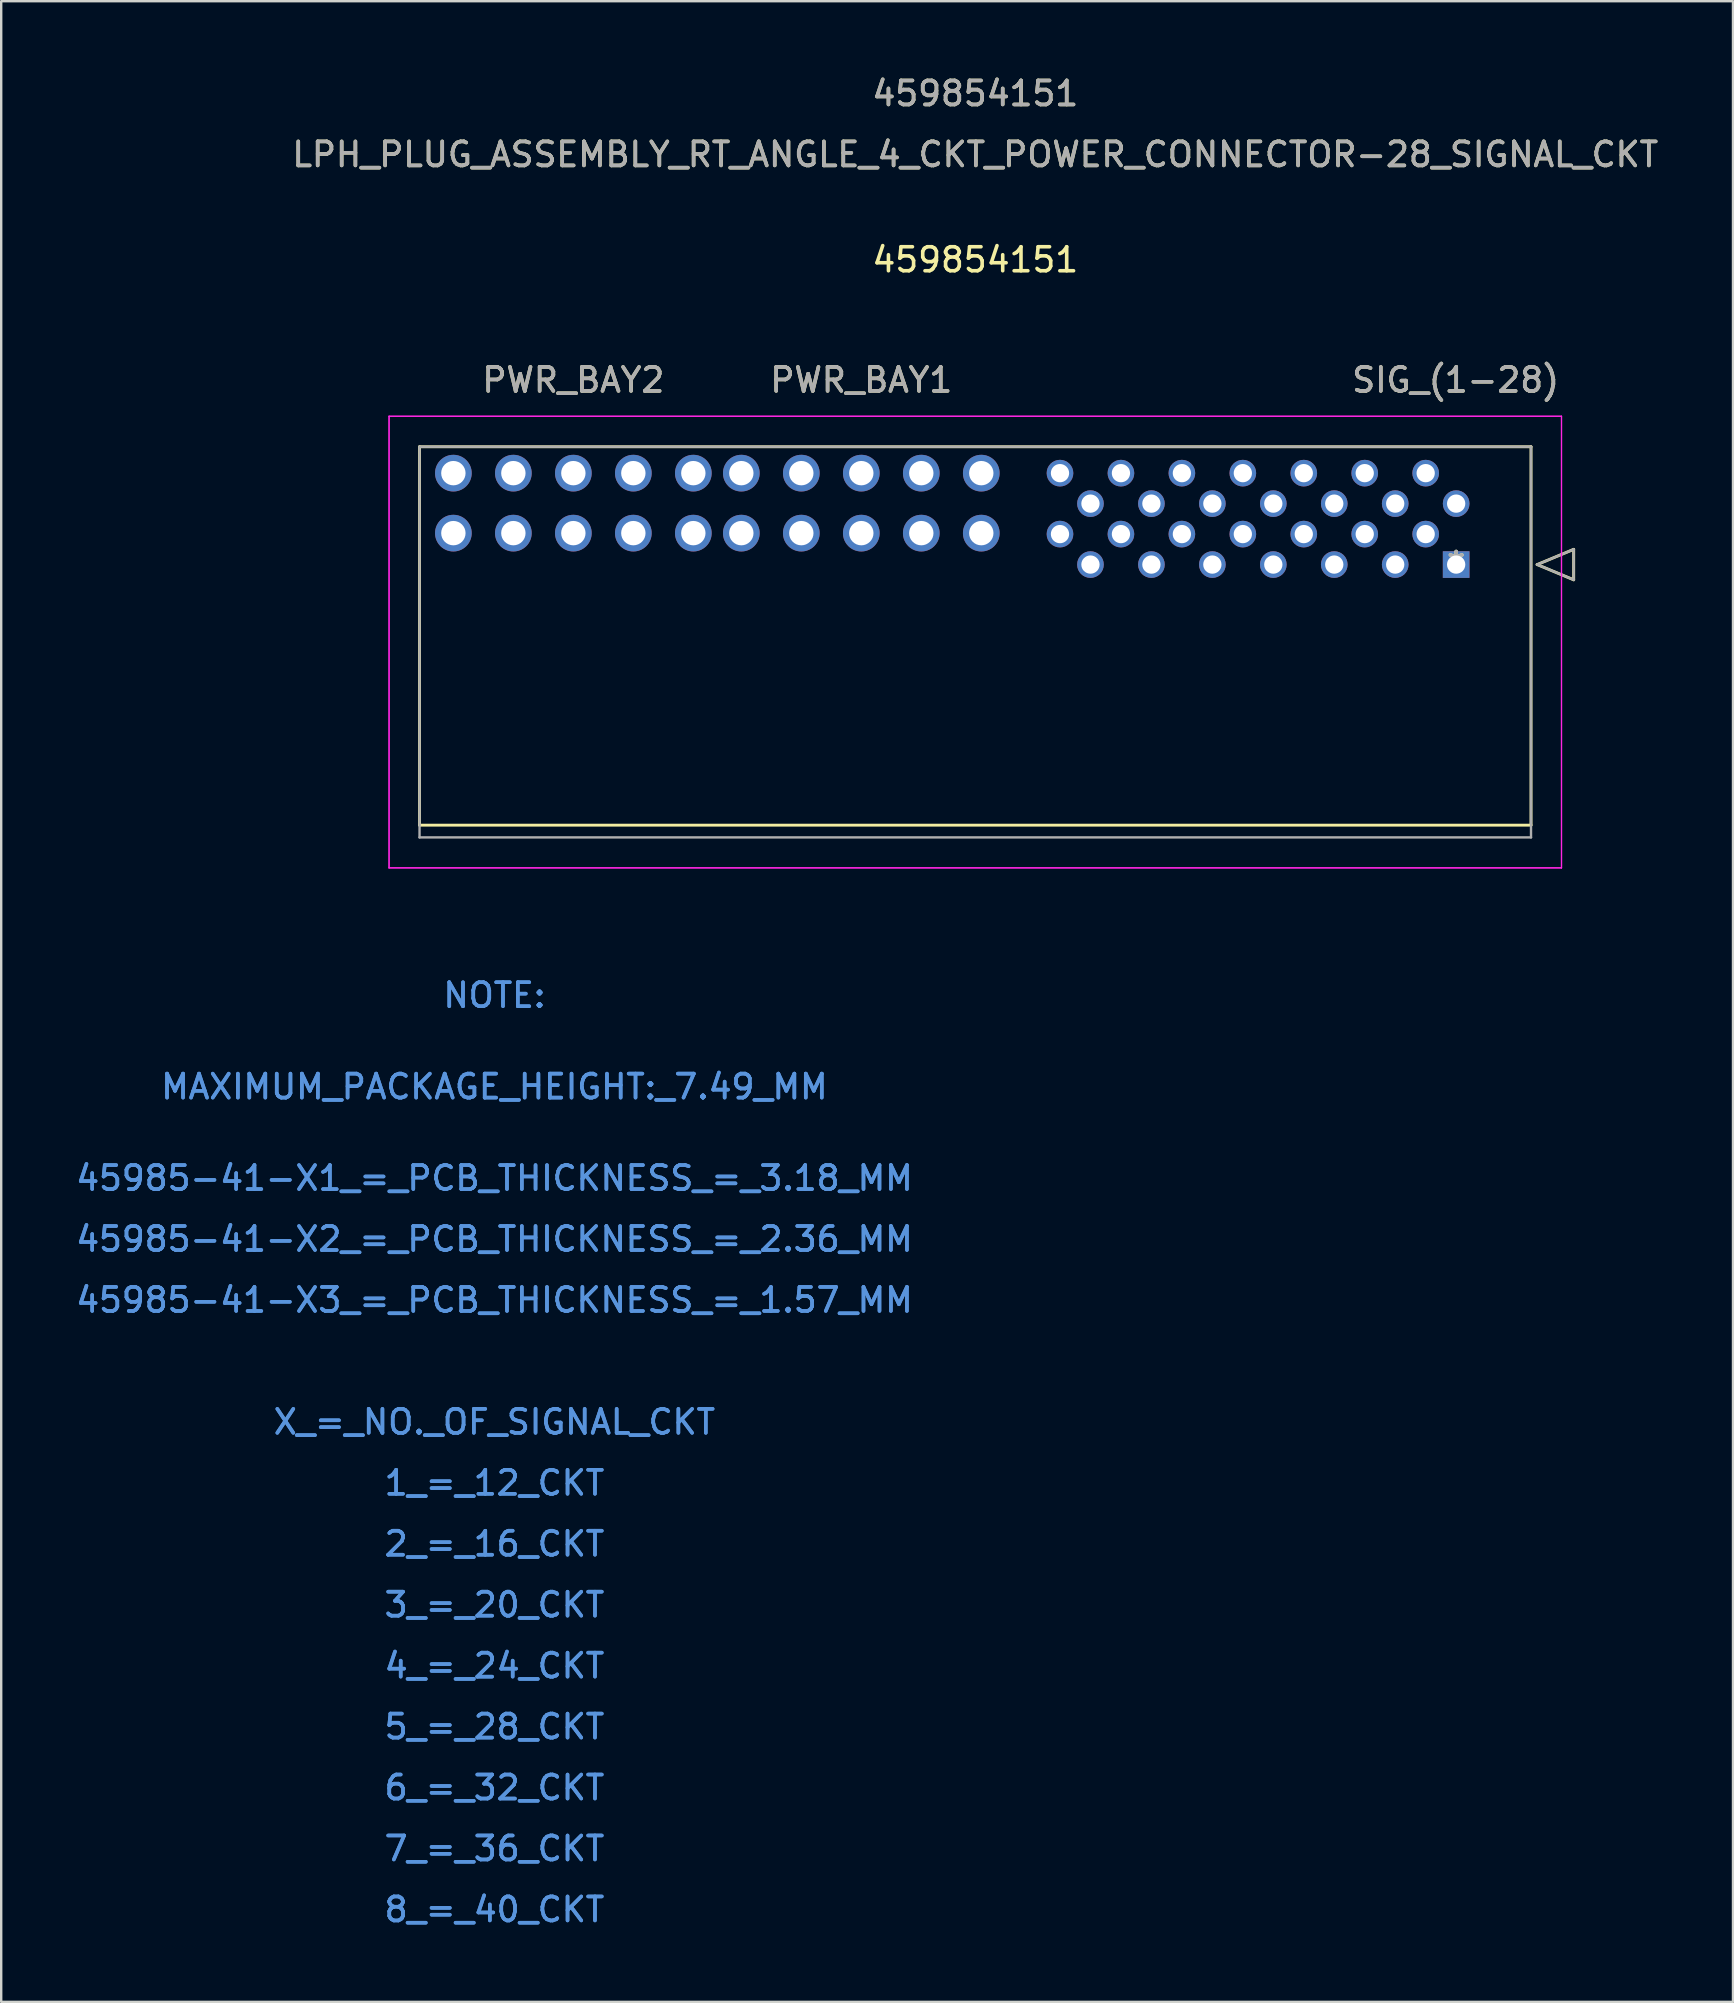
<source format=kicad_pcb>
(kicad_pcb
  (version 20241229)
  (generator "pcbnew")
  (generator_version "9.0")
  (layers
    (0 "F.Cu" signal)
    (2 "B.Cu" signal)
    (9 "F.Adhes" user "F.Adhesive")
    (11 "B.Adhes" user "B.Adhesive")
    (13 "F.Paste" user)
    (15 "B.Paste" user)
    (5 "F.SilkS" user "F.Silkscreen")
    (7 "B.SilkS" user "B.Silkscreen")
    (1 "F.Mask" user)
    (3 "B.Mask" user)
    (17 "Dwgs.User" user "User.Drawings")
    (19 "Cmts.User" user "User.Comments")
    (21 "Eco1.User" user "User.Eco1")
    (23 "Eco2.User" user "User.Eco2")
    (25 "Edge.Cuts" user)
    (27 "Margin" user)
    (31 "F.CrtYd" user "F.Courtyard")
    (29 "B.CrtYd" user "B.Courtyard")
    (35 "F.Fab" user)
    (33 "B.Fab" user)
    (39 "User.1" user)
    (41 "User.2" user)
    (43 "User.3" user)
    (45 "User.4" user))
  (footprint "459854151"
    (layer "F.Cu")
    (at 57.634 20.478)
    (property "Reference" "459854151" (at -20.04 -12.7 0) (layer "F.SilkS") (effects (font (size 1 1) (thickness 0.15))))
    (attr through_hole)
    (fp_line (start -43.2 -4.91) (end -43.2 10.86) (stroke (width 0.12) (type solid)) (layer "F.SilkS"))
    (fp_line (start -43.2 10.86) (end 3.12 10.86) (stroke (width 0.12) (type solid)) (layer "F.SilkS"))
    (fp_line (start 3.12 -4.91) (end -43.2 -4.91) (stroke (width 0.12) (type solid)) (layer "F.SilkS"))
    (fp_line (start 3.12 10.86) (end 3.12 -4.91) (stroke (width 0.12) (type solid)) (layer "F.SilkS"))
    (fp_line (start 3.374 0) (end 4.898 -0.635) (stroke (width 0.12) (type solid)) (layer "F.SilkS"))
    (fp_line (start 4.898 -0.635) (end 4.898 0.635) (stroke (width 0.12) (type solid)) (layer "F.SilkS"))
    (fp_line (start 4.898 0.635) (end 3.374 0) (stroke (width 0.12) (type solid)) (layer "F.SilkS"))
    (fp_line (start -44.47 -6.18) (end -44.47 12.64) (stroke (width 0.05) (type solid)) (layer "F.CrtYd"))
    (fp_line (start -44.47 -6.18) (end -44.47 12.64) (stroke (width 0.05) (type solid)) (layer "F.CrtYd"))
    (fp_line (start -44.47 12.64) (end 4.39 12.64) (stroke (width 0.05) (type solid)) (layer "F.CrtYd"))
    (fp_line (start -44.47 12.64) (end 4.39 12.64) (stroke (width 0.05) (type solid)) (layer "F.CrtYd"))
    (fp_line (start 4.39 -6.18) (end -44.47 -6.18) (stroke (width 0.05) (type solid)) (layer "F.CrtYd"))
    (fp_line (start 4.39 -6.18) (end -44.47 -6.18) (stroke (width 0.05) (type solid)) (layer "F.CrtYd"))
    (fp_line (start 4.39 12.64) (end 4.39 -6.18) (stroke (width 0.05) (type solid)) (layer "F.CrtYd"))
    (fp_line (start 4.39 12.64) (end 4.39 -6.18) (stroke (width 0.05) (type solid)) (layer "F.CrtYd"))
    (fp_line (start -43.2 -4.91) (end -43.2 11.37) (stroke (width 0.1) (type solid)) (layer "F.Fab"))
    (fp_line (start -43.2 11.37) (end 3.12 11.37) (stroke (width 0.1) (type solid)) (layer "F.Fab"))
    (fp_line (start 3.12 -4.91) (end -43.2 -4.91) (stroke (width 0.1) (type solid)) (layer "F.Fab"))
    (fp_line (start 3.12 11.37) (end 3.12 -4.91) (stroke (width 0.1) (type solid)) (layer "F.Fab"))
    (fp_line (start 3.374 0) (end 4.898 -0.635) (stroke (width 0.1) (type solid)) (layer "F.Fab"))
    (fp_line (start 4.898 -0.635) (end 4.898 0.635) (stroke (width 0.1) (type solid)) (layer "F.Fab"))
    (fp_line (start 4.898 0.635) (end 3.374 0) (stroke (width 0.1) (type solid)) (layer "F.Fab"))
    (fp_text user "SIG_(1-28)" (at -0.021 -7.692 0) (layer "F.SilkS") (effects (font (size 1 1) (thickness 0.15))))
    (fp_text user "*" (at 0 0 0) (layer "F.SilkS") (effects (font (size 1 1) (thickness 0.15))))
    (fp_text user "PWR_BAY1" (at -24.79 -7.692 0) (layer "F.SilkS") (effects (font (size 1 1) (thickness 0.15))))
    (fp_text user "PWR_BAY2" (at -36.79 -7.692 0) (layer "F.SilkS") (effects (font (size 1 1) (thickness 0.15))))
    (fp_text user "LPH_PLUG_ASSEMBLY_RT_ANGLE_4_CKT_POWER_CONNECTOR-28_SIGNAL_CKT" (at -20.04 -17.09 0) (layer "F.SilkS") (effects (font (size 1 1) (thickness 0.15))))
    (fp_text user "459854151" (at -20.04 -19.63 0) (layer "F.SilkS") (effects (font (size 1 1) (thickness 0.15))))
    (fp_text user "6_=_32_CKT" (at -40.08 50.97 0) (layer "Cmts.User") (effects (font (size 1 1) (thickness 0.15))))
    (fp_text user "2_=_16_CKT" (at -40.08 40.81 0) (layer "Cmts.User") (effects (font (size 1 1) (thickness 0.15))))
    (fp_text user "3_=_20_CKT" (at -40.08 43.35 0) (layer "Cmts.User") (effects (font (size 1 1) (thickness 0.15))))
    (fp_text user "Copyright 2021 Accelerated Designs. All rights reserved." (at 0 0 0) (layer "Cmts.User") (effects (font (size 0.127 0.127) (thickness 0.002))))
    (fp_text user "7_=_36_CKT" (at -40.08 53.51 0) (layer "Cmts.User") (effects (font (size 1 1) (thickness 0.15))))
    (fp_text user "5_=_28_CKT" (at -40.08 48.43 0) (layer "Cmts.User") (effects (font (size 1 1) (thickness 0.15))))
    (fp_text user "1_=_12_CKT" (at -40.08 38.27 0) (layer "Cmts.User") (effects (font (size 1 1) (thickness 0.15))))
    (fp_text user "8_=_40_CKT" (at -40.08 56.05 0) (layer "Cmts.User") (effects (font (size 1 1) (thickness 0.15))))
    (fp_text user "6_=_32_CKT" (at -40.08 50.97 0) (layer "Cmts.User") (effects (font (size 1 1) (thickness 0.15))))
    (fp_text user "45985-41-X1_=_PCB_THICKNESS_=_3.18_MM" (at -40.08 25.57 0) (layer "Cmts.User") (effects (font (size 1 1) (thickness 0.15))))
    (fp_text user "8_=_40_CKT" (at -40.08 56.05 0) (layer "Cmts.User") (effects (font (size 1 1) (thickness 0.15))))
    (fp_text user "4_=_24_CKT" (at -40.08 45.89 0) (layer "Cmts.User") (effects (font (size 1 1) (thickness 0.15))))
    (fp_text user "MAXIMUM_PACKAGE_HEIGHT:_7.49_MM" (at -40.08 21.76 0) (layer "Cmts.User") (effects (font (size 1 1) (thickness 0.15))))
    (fp_text user "NOTE:" (at -40.08 17.95 0) (layer "Cmts.User") (effects (font (size 1 1) (thickness 0.15))))
    (fp_text user "45985-41-X3_=_PCB_THICKNESS_=_1.57_MM" (at -40.08 30.65 0) (layer "Cmts.User") (effects (font (size 1 1) (thickness 0.15))))
    (fp_text user "7_=_36_CKT" (at -40.08 53.51 0) (layer "Cmts.User") (effects (font (size 1 1) (thickness 0.15))))
    (fp_text user "45985-41-X2_=_PCB_THICKNESS_=_2.36_MM" (at -40.08 28.11 0) (layer "Cmts.User") (effects (font (size 1 1) (thickness 0.15))))
    (fp_text user "X_=_NO._OF_SIGNAL_CKT" (at -40.08 35.73 0) (layer "Cmts.User") (effects (font (size 1 1) (thickness 0.15))))
    (fp_text user "3_=_20_CKT" (at -40.08 43.35 0) (layer "Cmts.User") (effects (font (size 1 1) (thickness 0.15))))
    (fp_text user "X_=_NO._OF_SIGNAL_CKT" (at -40.08 35.73 0) (layer "Cmts.User") (effects (font (size 1 1) (thickness 0.15))))
    (fp_text user "45985-41-X3_=_PCB_THICKNESS_=_1.57_MM" (at -40.08 30.65 0) (layer "Cmts.User") (effects (font (size 1 1) (thickness 0.15))))
    (fp_text user "MAXIMUM_PACKAGE_HEIGHT:_7.49_MM" (at -40.08 21.76 0) (layer "Cmts.User") (effects (font (size 1 1) (thickness 0.15))))
    (fp_text user "45985-41-X1_=_PCB_THICKNESS_=_3.18_MM" (at -40.08 25.57 0) (layer "Cmts.User") (effects (font (size 1 1) (thickness 0.15))))
    (fp_text user "NOTE:" (at -40.08 17.95 0) (layer "Cmts.User") (effects (font (size 1 1) (thickness 0.15))))
    (fp_text user "2_=_16_CKT" (at -40.08 40.81 0) (layer "Cmts.User") (effects (font (size 1 1) (thickness 0.15))))
    (fp_text user "1_=_12_CKT" (at -40.08 38.27 0) (layer "Cmts.User") (effects (font (size 1 1) (thickness 0.15))))
    (fp_text user "4_=_24_CKT" (at -40.08 45.89 0) (layer "Cmts.User") (effects (font (size 1 1) (thickness 0.15))))
    (fp_text user "5_=_28_CKT" (at -40.08 48.43 0) (layer "Cmts.User") (effects (font (size 1 1) (thickness 0.15))))
    (fp_text user "45985-41-X2_=_PCB_THICKNESS_=_2.36_MM" (at -40.08 28.11 0) (layer "Cmts.User") (effects (font (size 1 1) (thickness 0.15))))
    (fp_text user "PWR_BAY1" (at -24.79 -7.692 0) (layer "F.Fab") (effects (font (size 1 1) (thickness 0.15))))
    (fp_text user "459854151" (at -20.04 -19.63 0) (layer "F.Fab") (effects (font (size 1 1) (thickness 0.15))))
    (fp_text user "*" (at 0 0 0) (layer "F.Fab") (effects (font (size 1 1) (thickness 0.15))))
    (fp_text user "LPH_PLUG_ASSEMBLY_RT_ANGLE_4_CKT_POWER_CONNECTOR-28_SIGNAL_CKT" (at -20.04 -17.09 0) (layer "F.Fab") (effects (font (size 1 1) (thickness 0.15))))
    (fp_text user "PWR_BAY2" (at -36.79 -7.692 0) (layer "F.Fab") (effects (font (size 1 1) (thickness 0.15))))
    (fp_text user "SIG_(1-28)" (at -0.021 -7.692 0) (layer "F.Fab") (effects (font (size 1 1) (thickness 0.15))))
    (pad "1" thru_hole rect (at 0 0 90) (size 1.11 1.11) (drill 0.762) (layers "*.Cu" "*.Mask"))
    (pad "2" thru_hole circle (at -1.27 -1.27) (size 1.11 1.11) (drill 0.762) (layers "*.Cu" "*.Mask"))
    (pad "3" thru_hole circle (at -2.54 0) (size 1.11 1.11) (drill 0.762) (layers "*.Cu" "*.Mask"))
    (pad "4" thru_hole circle (at -3.81 -1.27) (size 1.11 1.11) (drill 0.762) (layers "*.Cu" "*.Mask"))
    (pad "5" thru_hole circle (at -5.08 0) (size 1.11 1.11) (drill 0.762) (layers "*.Cu" "*.Mask"))
    (pad "6" thru_hole circle (at -6.35 -1.27) (size 1.11 1.11) (drill 0.762) (layers "*.Cu" "*.Mask"))
    (pad "7" thru_hole circle (at -7.62 0) (size 1.11 1.11) (drill 0.762) (layers "*.Cu" "*.Mask"))
    (pad "8" thru_hole circle (at -8.89 -1.27) (size 1.11 1.11) (drill 0.762) (layers "*.Cu" "*.Mask"))
    (pad "9" thru_hole circle (at -10.16 0) (size 1.11 1.11) (drill 0.762) (layers "*.Cu" "*.Mask"))
    (pad "10" thru_hole circle (at -11.43 -1.27) (size 1.11 1.11) (drill 0.762) (layers "*.Cu" "*.Mask"))
    (pad "11" thru_hole circle (at -12.7 0) (size 1.11 1.11) (drill 0.762) (layers "*.Cu" "*.Mask"))
    (pad "12" thru_hole circle (at -13.97 -1.27) (size 1.11 1.11) (drill 0.762) (layers "*.Cu" "*.Mask"))
    (pad "13" thru_hole circle (at -15.24 0) (size 1.11 1.11) (drill 0.762) (layers "*.Cu" "*.Mask"))
    (pad "14" thru_hole circle (at -16.51 -1.27 90) (size 1.11 1.11) (drill 0.762) (layers "*.Cu" "*.Mask"))
    (pad "15" thru_hole circle (at 0 -2.54 90) (size 1.11 1.11) (drill 0.762) (layers "*.Cu" "*.Mask"))
    (pad "16" thru_hole circle (at -1.27 -3.81) (size 1.11 1.11) (drill 0.762) (layers "*.Cu" "*.Mask"))
    (pad "17" thru_hole circle (at -2.54 -2.54) (size 1.11 1.11) (drill 0.762) (layers "*.Cu" "*.Mask"))
    (pad "18" thru_hole circle (at -3.81 -3.81) (size 1.11 1.11) (drill 0.762) (layers "*.Cu" "*.Mask"))
    (pad "19" thru_hole circle (at -5.08 -2.54) (size 1.11 1.11) (drill 0.762) (layers "*.Cu" "*.Mask"))
    (pad "20" thru_hole circle (at -6.35 -3.81) (size 1.11 1.11) (drill 0.762) (layers "*.Cu" "*.Mask"))
    (pad "21" thru_hole circle (at -7.62 -2.54) (size 1.11 1.11) (drill 0.762) (layers "*.Cu" "*.Mask"))
    (pad "22" thru_hole circle (at -8.89 -3.81) (size 1.11 1.11) (drill 0.762) (layers "*.Cu" "*.Mask"))
    (pad "23" thru_hole circle (at -10.16 -2.54) (size 1.11 1.11) (drill 0.762) (layers "*.Cu" "*.Mask"))
    (pad "24" thru_hole circle (at -11.43 -3.81) (size 1.11 1.11) (drill 0.762) (layers "*.Cu" "*.Mask"))
    (pad "25" thru_hole circle (at -12.7 -2.54) (size 1.11 1.11) (drill 0.762) (layers "*.Cu" "*.Mask"))
    (pad "26" thru_hole circle (at -13.97 -3.81) (size 1.11 1.11) (drill 0.762) (layers "*.Cu" "*.Mask"))
    (pad "27" thru_hole circle (at -15.24 -2.54) (size 1.11 1.11) (drill 0.762) (layers "*.Cu" "*.Mask"))
    (pad "28" thru_hole circle (at -16.51 -3.81 90) (size 1.11 1.11) (drill 0.762) (layers "*.Cu" "*.Mask"))
    (pad "A1" thru_hole circle (at -19.79 -3.81) (size 1.528 1.528) (drill 1.016) (layers "*.Cu" "*.Mask"))
    (pad "A2" thru_hole circle (at -22.29 -3.81) (size 1.528 1.528) (drill 1.016) (layers "*.Cu" "*.Mask"))
    (pad "A3" thru_hole circle (at -24.79 -3.81) (size 1.528 1.528) (drill 1.016) (layers "*.Cu" "*.Mask"))
    (pad "A4" thru_hole circle (at -27.29 -3.81) (size 1.528 1.528) (drill 1.016) (layers "*.Cu" "*.Mask"))
    (pad "A5" thru_hole circle (at -29.79 -3.81) (size 1.528 1.528) (drill 1.016) (layers "*.Cu" "*.Mask"))
    (pad "B1" thru_hole circle (at -31.79 -3.81) (size 1.528 1.528) (drill 1.016) (layers "*.Cu" "*.Mask"))
    (pad "B2" thru_hole circle (at -34.29 -3.81) (size 1.528 1.528) (drill 1.016) (layers "*.Cu" "*.Mask"))
    (pad "B3" thru_hole circle (at -36.79 -3.81) (size 1.528 1.528) (drill 1.016) (layers "*.Cu" "*.Mask"))
    (pad "B4" thru_hole circle (at -39.29 -3.81) (size 1.528 1.528) (drill 1.016) (layers "*.Cu" "*.Mask"))
    (pad "B5" thru_hole circle (at -41.79 -3.81) (size 1.528 1.528) (drill 1.016) (layers "*.Cu" "*.Mask"))
    (pad "C1" thru_hole circle (at -19.79 -1.31) (size 1.528 1.528) (drill 1.016) (layers "*.Cu" "*.Mask"))
    (pad "C2" thru_hole circle (at -22.29 -1.31) (size 1.528 1.528) (drill 1.016) (layers "*.Cu" "*.Mask"))
    (pad "C3" thru_hole circle (at -24.79 -1.31) (size 1.528 1.528) (drill 1.016) (layers "*.Cu" "*.Mask"))
    (pad "C4" thru_hole circle (at -27.29 -1.31) (size 1.528 1.528) (drill 1.016) (layers "*.Cu" "*.Mask"))
    (pad "C5" thru_hole circle (at -29.79 -1.31) (size 1.528 1.528) (drill 1.016) (layers "*.Cu" "*.Mask"))
    (pad "D1" thru_hole circle (at -31.79 -1.31) (size 1.528 1.528) (drill 1.016) (layers "*.Cu" "*.Mask"))
    (pad "D2" thru_hole circle (at -34.29 -1.31) (size 1.528 1.528) (drill 1.016) (layers "*.Cu" "*.Mask"))
    (pad "D3" thru_hole circle (at -36.79 -1.31) (size 1.528 1.528) (drill 1.016) (layers "*.Cu" "*.Mask"))
    (pad "D4" thru_hole circle (at -39.29 -1.31) (size 1.528 1.528) (drill 1.016) (layers "*.Cu" "*.Mask"))
    (pad "D5" thru_hole circle (at -41.79 -1.31) (size 1.528 1.528) (drill 1.016) (layers "*.Cu" "*.Mask")))
  (gr_rect
    (start -3 -3)
    (end 69.171 80.376)
    (stroke (width 0.1) (type default))
    (fill no)
    (layer "Edge.Cuts")))
</source>
